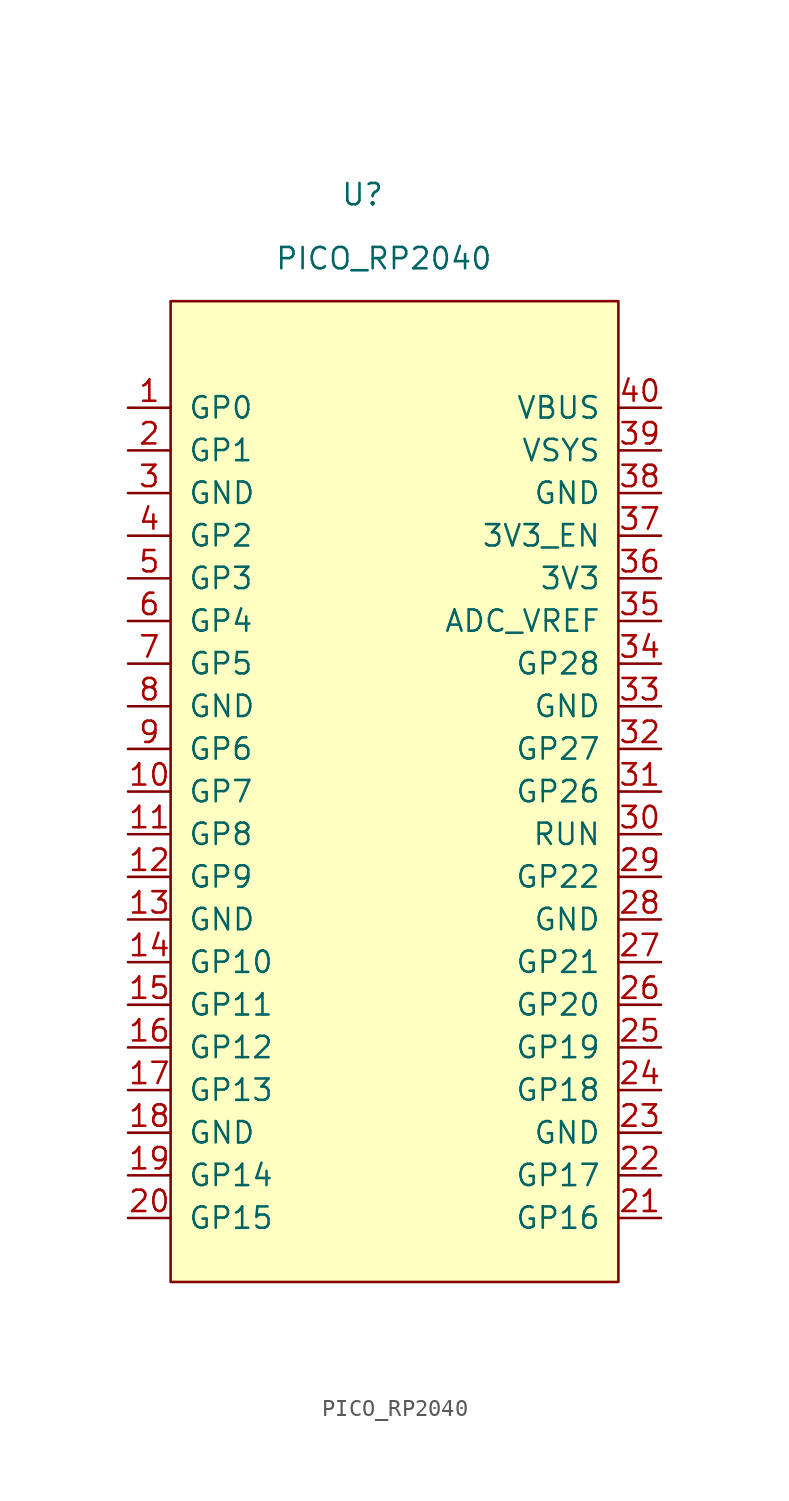
<source format=kicad_sym>
(kicad_symbol_lib
  (version 20211014)
  (generator kicad_symbol_editor)
  (symbol "PICO_RP2040"
    (pin_names
      (offset 1.016))
    (property "Reference" "U"
      (at -2.54 36.83 0)
      (effects (font (size 1.27 1.27))))
    (property "Value" "PICO_RP2040"
      (at -1.27 33.02 0)
      (effects (font (size 1.27 1.27))))
    (symbol "PICO_RP2040_0_1"
      (polyline (pts (xy -13.97 30.48) (xy 12.7 30.48) (xy 12.7 -27.94) (xy -13.97 -27.94) (xy -13.97 30.48)) (stroke (width 0) (type default) (color 0 0 0 0)) (fill (type background))))
    (symbol "PICO_RP2040_1_1"
      (pin tri_state line (at -16.51 24.13 0) (length 2.54) (name "GP0" (effects (font (size 1.27 1.27)))) (number "1" (effects (font (size 1.27 1.27)))))
      (pin tri_state line (at -16.51 1.27 0) (length 2.54) (name "GP7" (effects (font (size 1.27 1.27)))) (number "10" (effects (font (size 1.27 1.27)))))
      (pin tri_state line (at -16.51 -1.27 0) (length 2.54) (name "GP8" (effects (font (size 1.27 1.27)))) (number "11" (effects (font (size 1.27 1.27)))))
      (pin tri_state line (at -16.51 -3.81 0) (length 2.54) (name "GP9" (effects (font (size 1.27 1.27)))) (number "12" (effects (font (size 1.27 1.27)))))
      (pin input line (at -16.51 -6.35 0) (length 2.54) (name "GND" (effects (font (size 1.27 1.27)))) (number "13" (effects (font (size 1.27 1.27)))))
      (pin tri_state line (at -16.51 -8.89 0) (length 2.54) (name "GP10" (effects (font (size 1.27 1.27)))) (number "14" (effects (font (size 1.27 1.27)))))
      (pin tri_state line (at -16.51 -11.43 0) (length 2.54) (name "GP11" (effects (font (size 1.27 1.27)))) (number "15" (effects (font (size 1.27 1.27)))))
      (pin tri_state line (at -16.51 -13.97 0) (length 2.54) (name "GP12" (effects (font (size 1.27 1.27)))) (number "16" (effects (font (size 1.27 1.27)))))
      (pin tri_state line (at -16.51 -16.51 0) (length 2.54) (name "GP13" (effects (font (size 1.27 1.27)))) (number "17" (effects (font (size 1.27 1.27)))))
      (pin input line (at -16.51 -19.05 0) (length 2.54) (name "GND" (effects (font (size 1.27 1.27)))) (number "18" (effects (font (size 1.27 1.27)))))
      (pin tri_state line (at -16.51 -21.59 0) (length 2.54) (name "GP14" (effects (font (size 1.27 1.27)))) (number "19" (effects (font (size 1.27 1.27)))))
      (pin tri_state line (at -16.51 21.59 0) (length 2.54) (name "GP1" (effects (font (size 1.27 1.27)))) (number "2" (effects (font (size 1.27 1.27)))))
      (pin tri_state line (at -16.51 -24.13 0) (length 2.54) (name "GP15" (effects (font (size 1.27 1.27)))) (number "20" (effects (font (size 1.27 1.27)))))
      (pin tri_state line (at 15.24 -24.13 180) (length 2.54) (name "GP16" (effects (font (size 1.27 1.27)))) (number "21" (effects (font (size 1.27 1.27)))))
      (pin tri_state line (at 15.24 -21.59 180) (length 2.54) (name "GP17" (effects (font (size 1.27 1.27)))) (number "22" (effects (font (size 1.27 1.27)))))
      (pin input line (at 15.24 -19.05 180) (length 2.54) (name "GND" (effects (font (size 1.27 1.27)))) (number "23" (effects (font (size 1.27 1.27)))))
      (pin tri_state line (at 15.24 -16.51 180) (length 2.54) (name "GP18" (effects (font (size 1.27 1.27)))) (number "24" (effects (font (size 1.27 1.27)))))
      (pin tri_state line (at 15.24 -13.97 180) (length 2.54) (name "GP19" (effects (font (size 1.27 1.27)))) (number "25" (effects (font (size 1.27 1.27)))))
      (pin tri_state line (at 15.24 -11.43 180) (length 2.54) (name "GP20" (effects (font (size 1.27 1.27)))) (number "26" (effects (font (size 1.27 1.27)))))
      (pin tri_state line (at 15.24 -8.89 180) (length 2.54) (name "GP21" (effects (font (size 1.27 1.27)))) (number "27" (effects (font (size 1.27 1.27)))))
      (pin input line (at 15.24 -6.35 180) (length 2.54) (name "GND" (effects (font (size 1.27 1.27)))) (number "28" (effects (font (size 1.27 1.27)))))
      (pin tri_state line (at 15.24 -3.81 180) (length 2.54) (name "GP22" (effects (font (size 1.27 1.27)))) (number "29" (effects (font (size 1.27 1.27)))))
      (pin input line (at -16.51 19.05 0) (length 2.54) (name "GND" (effects (font (size 1.27 1.27)))) (number "3" (effects (font (size 1.27 1.27)))))
      (pin input line (at 15.24 -1.27 180) (length 2.54) (name "RUN" (effects (font (size 1.27 1.27)))) (number "30" (effects (font (size 1.27 1.27)))))
      (pin tri_state line (at 15.24 1.27 180) (length 2.54) (name "GP26" (effects (font (size 1.27 1.27)))) (number "31" (effects (font (size 1.27 1.27)))))
      (pin tri_state line (at 15.24 3.81 180) (length 2.54) (name "GP27" (effects (font (size 1.27 1.27)))) (number "32" (effects (font (size 1.27 1.27)))))
      (pin input line (at 15.24 6.35 180) (length 2.54) (name "GND" (effects (font (size 1.27 1.27)))) (number "33" (effects (font (size 1.27 1.27)))))
      (pin tri_state line (at 15.24 8.89 180) (length 2.54) (name "GP28" (effects (font (size 1.27 1.27)))) (number "34" (effects (font (size 1.27 1.27)))))
      (pin power_out line (at 15.24 11.43 180) (length 2.54) (name "ADC_VREF" (effects (font (size 1.27 1.27)))) (number "35" (effects (font (size 1.27 1.27)))))
      (pin power_out line (at 15.24 13.97 180) (length 2.54) (name "3V3" (effects (font (size 1.27 1.27)))) (number "36" (effects (font (size 1.27 1.27)))))
      (pin power_out line (at 15.24 16.51 180) (length 2.54) (name "3V3_EN" (effects (font (size 1.27 1.27)))) (number "37" (effects (font (size 1.27 1.27)))))
      (pin input line (at 15.24 19.05 180) (length 2.54) (name "GND" (effects (font (size 1.27 1.27)))) (number "38" (effects (font (size 1.27 1.27)))))
      (pin input line (at 15.24 21.59 180) (length 2.54) (name "VSYS" (effects (font (size 1.27 1.27)))) (number "39" (effects (font (size 1.27 1.27)))))
      (pin tri_state line (at -16.51 16.51 0) (length 2.54) (name "GP2" (effects (font (size 1.27 1.27)))) (number "4" (effects (font (size 1.27 1.27)))))
      (pin input line (at 15.24 24.13 180) (length 2.54) (name "VBUS" (effects (font (size 1.27 1.27)))) (number "40" (effects (font (size 1.27 1.27)))))
      (pin tri_state line (at -16.51 13.97 0) (length 2.54) (name "GP3" (effects (font (size 1.27 1.27)))) (number "5" (effects (font (size 1.27 1.27)))))
      (pin tri_state line (at -16.51 11.43 0) (length 2.54) (name "GP4" (effects (font (size 1.27 1.27)))) (number "6" (effects (font (size 1.27 1.27)))))
      (pin tri_state line (at -16.51 8.89 0) (length 2.54) (name "GP5" (effects (font (size 1.27 1.27)))) (number "7" (effects (font (size 1.27 1.27)))))
      (pin input line (at -16.51 6.35 0) (length 2.54) (name "GND" (effects (font (size 1.27 1.27)))) (number "8" (effects (font (size 1.27 1.27)))))
      (pin tri_state line (at -16.51 3.81 0) (length 2.54) (name "GP6" (effects (font (size 1.27 1.27)))) (number "9" (effects (font (size 1.27 1.27))))))))
</source>
